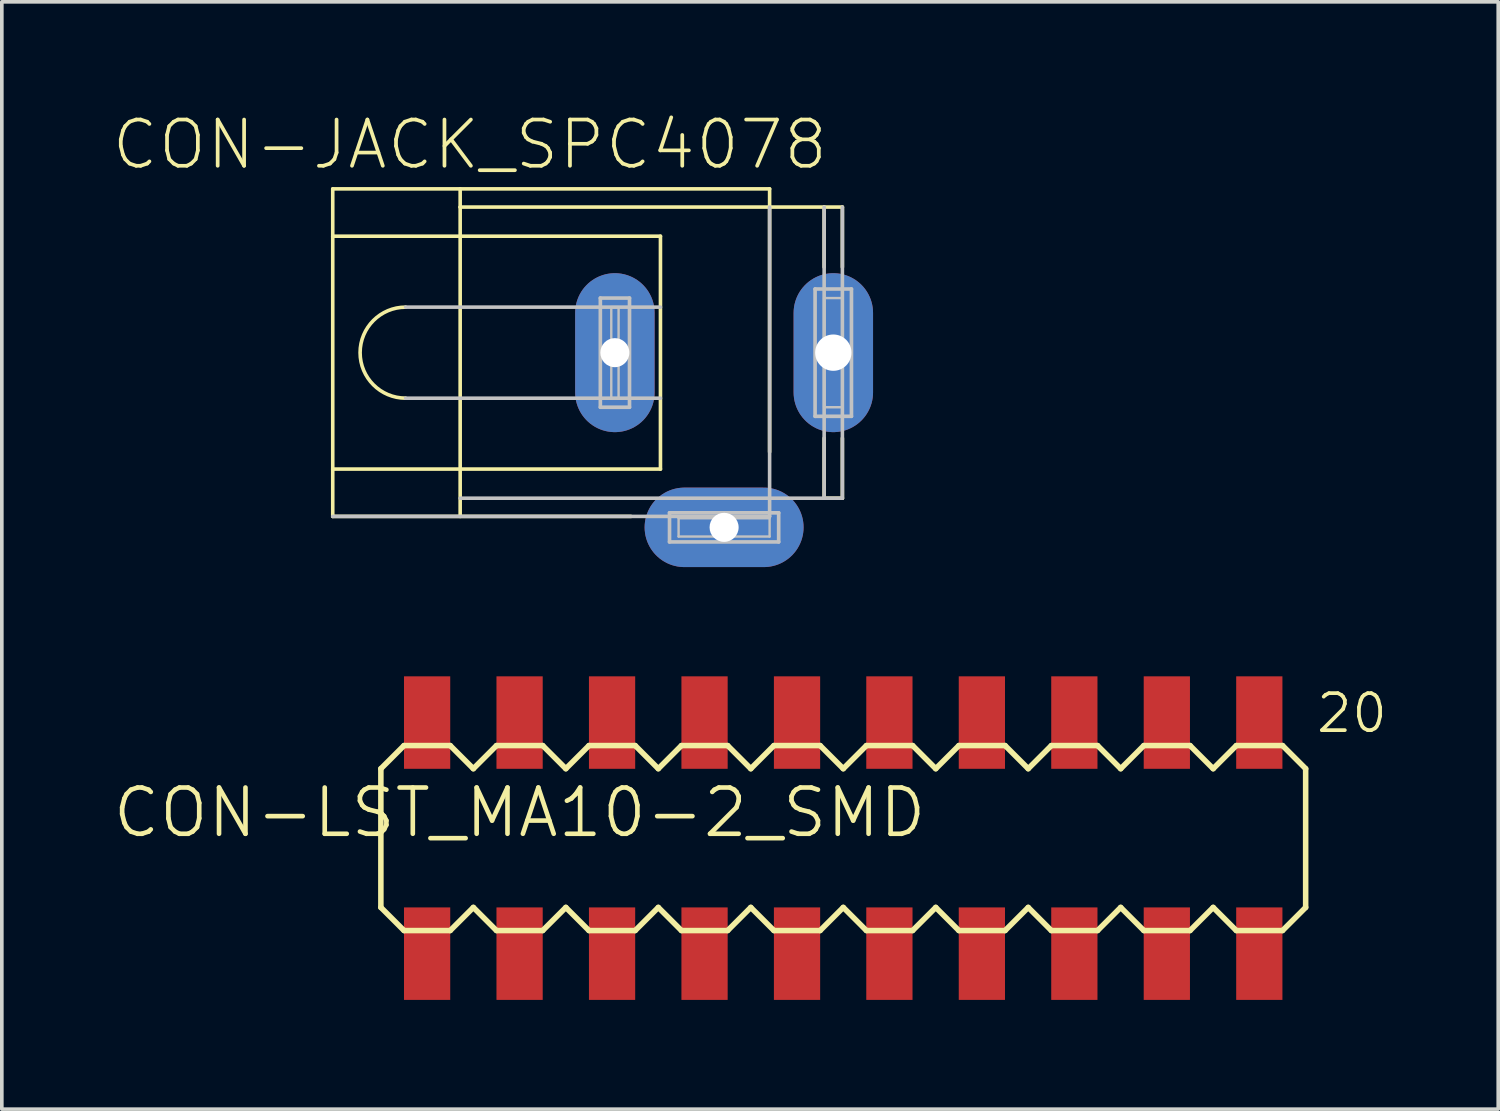
<source format=kicad_pcb>
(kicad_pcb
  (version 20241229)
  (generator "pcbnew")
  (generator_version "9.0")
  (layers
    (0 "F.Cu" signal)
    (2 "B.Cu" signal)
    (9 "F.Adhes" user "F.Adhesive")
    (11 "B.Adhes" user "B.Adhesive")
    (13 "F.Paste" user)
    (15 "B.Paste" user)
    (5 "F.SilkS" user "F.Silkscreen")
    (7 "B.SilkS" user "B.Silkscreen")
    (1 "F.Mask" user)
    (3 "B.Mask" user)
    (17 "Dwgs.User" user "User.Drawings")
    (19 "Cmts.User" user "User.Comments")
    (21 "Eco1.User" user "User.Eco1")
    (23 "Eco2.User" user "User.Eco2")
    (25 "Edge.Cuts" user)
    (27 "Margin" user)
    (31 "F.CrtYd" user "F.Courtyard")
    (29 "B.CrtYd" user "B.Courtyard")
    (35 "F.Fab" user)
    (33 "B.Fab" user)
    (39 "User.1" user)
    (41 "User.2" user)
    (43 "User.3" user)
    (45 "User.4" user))
  (footprint "CON-JACK_SPC4078"
    (layer "F.Cu")
    (at 16.838 6.636)
    (property "Reference" "CON-JACK_SPC4078" (at -6.985 -5.715 0) (layer "F.SilkS") (effects (font (size 1.27 1.27) (thickness 0.102))))
    (attr exclude_from_pos_files exclude_from_bom)
    (fp_line (start -10.749 -4.498) (end 1.25 -4.498) (stroke (width 0.099) (type solid)) (layer "F.SilkS"))
    (fp_line (start -10.749 -3.198) (end -10.749 -4.498) (stroke (width 0.099) (type solid)) (layer "F.SilkS"))
    (fp_line (start -10.749 -3.198) (end -1.748 -3.198) (stroke (width 0.099) (type solid)) (layer "F.SilkS"))
    (fp_line (start -10.749 3.198) (end -10.749 -3.198) (stroke (width 0.099) (type solid)) (layer "F.SilkS"))
    (fp_line (start -10.749 3.198) (end -1.748 3.198) (stroke (width 0.099) (type solid)) (layer "F.SilkS"))
    (fp_line (start -10.749 4.498) (end -10.749 3.198) (stroke (width 0.099) (type solid)) (layer "F.SilkS"))
    (fp_line (start -10.749 4.498) (end -2.558 4.498) (stroke (width 0.099) (type solid)) (layer "F.SilkS"))
    (fp_line (start -7.249 -3.998) (end -7.249 -4.498) (stroke (width 0.099) (type solid)) (layer "F.SilkS"))
    (fp_line (start -7.249 -3.998) (end 1.25 -3.998) (stroke (width 0.099) (type solid)) (layer "F.SilkS"))
    (fp_line (start -7.249 4.498) (end -7.249 -3.998) (stroke (width 0.099) (type solid)) (layer "F.SilkS"))
    (fp_line (start -1.748 3.198) (end -1.748 -3.198) (stroke (width 0.099) (type solid)) (layer "F.SilkS"))
    (fp_line (start 1.25 -3.998) (end 1.25 -4.498) (stroke (width 0.099) (type solid)) (layer "F.SilkS"))
    (fp_line (start 1.25 -3.998) (end 2.748 -3.998) (stroke (width 0.099) (type solid)) (layer "F.SilkS"))
    (fp_line (start 1.25 2.728) (end 1.25 -3.998) (stroke (width 0.099) (type solid)) (layer "F.SilkS"))
    (fp_line (start 2.748 -3.998) (end 3.249 -3.998) (stroke (width 0.099) (type solid)) (layer "F.SilkS"))
    (fp_line (start 2.748 -2.349) (end 2.748 -3.998) (stroke (width 0.099) (type solid)) (layer "F.SilkS"))
    (fp_line (start 2.748 3.998) (end 2.748 2.349) (stroke (width 0.099) (type solid)) (layer "F.SilkS"))
    (fp_line (start 2.748 3.998) (end 3.249 3.998) (stroke (width 0.099) (type solid)) (layer "F.SilkS"))
    (fp_line (start 3.249 -2.349) (end 3.249 -3.998) (stroke (width 0.099) (type solid)) (layer "F.SilkS"))
    (fp_line (start 3.249 3.998) (end 3.249 2.349) (stroke (width 0.099) (type solid)) (layer "F.SilkS"))
    (fp_arc (start -8.74776 1.24968) (mid -9.99744 0) (end -8.74776 -1.24968) (stroke (width 0.09906) (type solid)) (layer "F.SilkS"))
    (fp_line (start -10.749 4.498) (end 1.25 4.498) (stroke (width 0.099) (type solid)) (layer "Dwgs.User"))
    (fp_line (start -8.748 -1.25) (end -1.748 -1.25) (stroke (width 0.099) (type solid)) (layer "Dwgs.User"))
    (fp_line (start -8.748 1.25) (end -1.748 1.25) (stroke (width 0.099) (type solid)) (layer "Dwgs.User"))
    (fp_line (start -7.249 3.998) (end 1.25 3.998) (stroke (width 0.099) (type solid)) (layer "Dwgs.User"))
    (fp_line (start -3.399 -1.499) (end -2.598 -1.499) (stroke (width 0.1) (type solid)) (layer "Dwgs.User"))
    (fp_line (start -3.399 1.499) (end -3.399 -1.499) (stroke (width 0.1) (type solid)) (layer "Dwgs.User"))
    (fp_line (start -3.099 -1.25) (end -2.898 -1.25) (stroke (width 0.066) (type solid)) (layer "Dwgs.User"))
    (fp_line (start -3.099 1.25) (end -3.099 -1.25) (stroke (width 0.066) (type solid)) (layer "Dwgs.User"))
    (fp_line (start -3.099 1.25) (end -2.898 1.25) (stroke (width 0.066) (type solid)) (layer "Dwgs.User"))
    (fp_line (start -2.898 1.25) (end -2.898 -1.25) (stroke (width 0.066) (type solid)) (layer "Dwgs.User"))
    (fp_line (start -2.598 -1.499) (end -2.598 1.499) (stroke (width 0.1) (type solid)) (layer "Dwgs.User"))
    (fp_line (start -2.598 1.499) (end -3.399 1.499) (stroke (width 0.1) (type solid)) (layer "Dwgs.User"))
    (fp_line (start -1.499 4.399) (end 1.499 4.399) (stroke (width 0.1) (type solid)) (layer "Dwgs.User"))
    (fp_line (start -1.499 5.199) (end -1.499 4.399) (stroke (width 0.1) (type solid)) (layer "Dwgs.User"))
    (fp_line (start -1.25 4.549) (end 1.25 4.549) (stroke (width 0.066) (type solid)) (layer "Dwgs.User"))
    (fp_line (start -1.25 5.05) (end -1.25 4.549) (stroke (width 0.066) (type solid)) (layer "Dwgs.User"))
    (fp_line (start -1.25 5.05) (end 1.25 5.05) (stroke (width 0.066) (type solid)) (layer "Dwgs.User"))
    (fp_line (start 1.25 3.998) (end 1.25 -3.998) (stroke (width 0.099) (type solid)) (layer "Dwgs.User"))
    (fp_line (start 1.25 3.998) (end 2.748 3.998) (stroke (width 0.099) (type solid)) (layer "Dwgs.User"))
    (fp_line (start 1.25 4.498) (end 1.25 3.998) (stroke (width 0.099) (type solid)) (layer "Dwgs.User"))
    (fp_line (start 1.25 5.05) (end 1.25 4.549) (stroke (width 0.066) (type solid)) (layer "Dwgs.User"))
    (fp_line (start 1.499 4.399) (end 1.499 5.199) (stroke (width 0.1) (type solid)) (layer "Dwgs.User"))
    (fp_line (start 1.499 5.199) (end -1.499 5.199) (stroke (width 0.1) (type solid)) (layer "Dwgs.User"))
    (fp_line (start 2.499 -1.748) (end 3.498 -1.748) (stroke (width 0.1) (type solid)) (layer "Dwgs.User"))
    (fp_line (start 2.499 1.748) (end 2.499 -1.748) (stroke (width 0.1) (type solid)) (layer "Dwgs.User"))
    (fp_line (start 2.748 -1.499) (end 3.249 -1.499) (stroke (width 0.066) (type solid)) (layer "Dwgs.User"))
    (fp_line (start 2.748 1.499) (end 2.748 -1.499) (stroke (width 0.066) (type solid)) (layer "Dwgs.User"))
    (fp_line (start 2.748 1.499) (end 3.249 1.499) (stroke (width 0.066) (type solid)) (layer "Dwgs.User"))
    (fp_line (start 2.748 3.998) (end 2.748 -3.998) (stroke (width 0.099) (type solid)) (layer "Dwgs.User"))
    (fp_line (start 2.748 3.998) (end 3.249 3.998) (stroke (width 0.099) (type solid)) (layer "Dwgs.User"))
    (fp_line (start 3.249 1.499) (end 3.249 -1.499) (stroke (width 0.066) (type solid)) (layer "Dwgs.User"))
    (fp_line (start 3.249 3.998) (end 3.249 -3.998) (stroke (width 0.099) (type solid)) (layer "Dwgs.User"))
    (fp_line (start 3.498 -1.748) (end 3.498 1.748) (stroke (width 0.1) (type solid)) (layer "Dwgs.User"))
    (fp_line (start 3.498 1.748) (end 2.499 1.748) (stroke (width 0.1) (type solid)) (layer "Dwgs.User"))
    (pad "1" thru_hole oval (at -3 0 180) (size 2.182 4.366) (drill 0.798) (layers "*.Cu" "*.Paste" "*.Mask"))
    (pad "2" thru_hole oval (at 0 4.798 90) (size 2.182 4.366) (drill 0.798) (layers "*.Cu" "*.Paste" "*.Mask"))
    (pad "3" thru_hole oval (at 3 0 180) (size 2.182 4.366) (drill 0.998) (layers "*.Cu" "*.Paste" "*.Mask")))
  (footprint "CON-LST_MA10-2_SMD"
    (layer "F.Cu")
    (at 20.111 19.968)
    (property "Reference" "CON-LST_MA10-2_SMD" (at -8.89 -0.699 0) (layer "F.SilkS") (effects (font (size 1.27 1.27) (thickness 0.127))))
    (attr smd)
    (fp_line (start -12.7 -1.905) (end -12.7 1.905) (stroke (width 0.152) (type solid)) (layer "F.SilkS"))
    (fp_line (start -12.7 1.905) (end -12.065 2.54) (stroke (width 0.152) (type solid)) (layer "F.SilkS"))
    (fp_line (start -12.065 -2.54) (end -12.7 -1.905) (stroke (width 0.152) (type solid)) (layer "F.SilkS"))
    (fp_line (start -12.065 -2.54) (end -10.795 -2.54) (stroke (width 0.152) (type solid)) (layer "F.SilkS"))
    (fp_line (start -10.795 -2.54) (end -10.16 -1.905) (stroke (width 0.152) (type solid)) (layer "F.SilkS"))
    (fp_line (start -10.795 2.54) (end -12.065 2.54) (stroke (width 0.152) (type solid)) (layer "F.SilkS"))
    (fp_line (start -10.16 -1.905) (end -9.525 -2.54) (stroke (width 0.152) (type solid)) (layer "F.SilkS"))
    (fp_line (start -10.16 1.905) (end -10.795 2.54) (stroke (width 0.152) (type solid)) (layer "F.SilkS"))
    (fp_line (start -9.525 -2.54) (end -8.255 -2.54) (stroke (width 0.152) (type solid)) (layer "F.SilkS"))
    (fp_line (start -9.525 2.54) (end -10.16 1.905) (stroke (width 0.152) (type solid)) (layer "F.SilkS"))
    (fp_line (start -8.255 -2.54) (end -7.62 -1.905) (stroke (width 0.152) (type solid)) (layer "F.SilkS"))
    (fp_line (start -8.255 2.54) (end -9.525 2.54) (stroke (width 0.152) (type solid)) (layer "F.SilkS"))
    (fp_line (start -7.62 -1.905) (end -6.985 -2.54) (stroke (width 0.152) (type solid)) (layer "F.SilkS"))
    (fp_line (start -7.62 1.905) (end -8.255 2.54) (stroke (width 0.152) (type solid)) (layer "F.SilkS"))
    (fp_line (start -6.985 -2.54) (end -5.715 -2.54) (stroke (width 0.152) (type solid)) (layer "F.SilkS"))
    (fp_line (start -6.985 2.54) (end -7.62 1.905) (stroke (width 0.152) (type solid)) (layer "F.SilkS"))
    (fp_line (start -5.715 -2.54) (end -5.08 -1.905) (stroke (width 0.152) (type solid)) (layer "F.SilkS"))
    (fp_line (start -5.715 2.54) (end -6.985 2.54) (stroke (width 0.152) (type solid)) (layer "F.SilkS"))
    (fp_line (start -5.08 1.905) (end -5.715 2.54) (stroke (width 0.152) (type solid)) (layer "F.SilkS"))
    (fp_line (start -5.08 1.905) (end -4.445 2.54) (stroke (width 0.152) (type solid)) (layer "F.SilkS"))
    (fp_line (start -4.445 -2.54) (end -5.08 -1.905) (stroke (width 0.152) (type solid)) (layer "F.SilkS"))
    (fp_line (start -4.445 -2.54) (end -3.175 -2.54) (stroke (width 0.152) (type solid)) (layer "F.SilkS"))
    (fp_line (start -3.175 -2.54) (end -2.54 -1.905) (stroke (width 0.152) (type solid)) (layer "F.SilkS"))
    (fp_line (start -3.175 2.54) (end -4.445 2.54) (stroke (width 0.152) (type solid)) (layer "F.SilkS"))
    (fp_line (start -2.54 -1.905) (end -1.905 -2.54) (stroke (width 0.152) (type solid)) (layer "F.SilkS"))
    (fp_line (start -2.54 1.905) (end -3.175 2.54) (stroke (width 0.152) (type solid)) (layer "F.SilkS"))
    (fp_line (start -1.905 -2.54) (end -0.635 -2.54) (stroke (width 0.152) (type solid)) (layer "F.SilkS"))
    (fp_line (start -1.905 2.54) (end -2.54 1.905) (stroke (width 0.152) (type solid)) (layer "F.SilkS"))
    (fp_line (start -0.635 -2.54) (end 0 -1.905) (stroke (width 0.152) (type solid)) (layer "F.SilkS"))
    (fp_line (start -0.635 2.54) (end -1.905 2.54) (stroke (width 0.152) (type solid)) (layer "F.SilkS"))
    (fp_line (start 0 -1.905) (end 0.635 -2.54) (stroke (width 0.152) (type solid)) (layer "F.SilkS"))
    (fp_line (start 0 1.905) (end -0.635 2.54) (stroke (width 0.152) (type solid)) (layer "F.SilkS"))
    (fp_line (start 0.635 -2.54) (end 1.905 -2.54) (stroke (width 0.152) (type solid)) (layer "F.SilkS"))
    (fp_line (start 0.635 2.54) (end 0 1.905) (stroke (width 0.152) (type solid)) (layer "F.SilkS"))
    (fp_line (start 1.905 -2.54) (end 2.54 -1.905) (stroke (width 0.152) (type solid)) (layer "F.SilkS"))
    (fp_line (start 1.905 2.54) (end 0.635 2.54) (stroke (width 0.152) (type solid)) (layer "F.SilkS"))
    (fp_line (start 2.54 -1.905) (end 3.175 -2.54) (stroke (width 0.152) (type solid)) (layer "F.SilkS"))
    (fp_line (start 2.54 1.905) (end 1.905 2.54) (stroke (width 0.152) (type solid)) (layer "F.SilkS"))
    (fp_line (start 3.175 -2.54) (end 4.445 -2.54) (stroke (width 0.152) (type solid)) (layer "F.SilkS"))
    (fp_line (start 3.175 2.54) (end 2.54 1.905) (stroke (width 0.152) (type solid)) (layer "F.SilkS"))
    (fp_line (start 4.445 -2.54) (end 5.08 -1.905) (stroke (width 0.152) (type solid)) (layer "F.SilkS"))
    (fp_line (start 4.445 2.54) (end 3.175 2.54) (stroke (width 0.152) (type solid)) (layer "F.SilkS"))
    (fp_line (start 5.08 1.905) (end 4.445 2.54) (stroke (width 0.152) (type solid)) (layer "F.SilkS"))
    (fp_line (start 5.08 1.905) (end 5.715 2.54) (stroke (width 0.152) (type solid)) (layer "F.SilkS"))
    (fp_line (start 5.715 -2.54) (end 5.08 -1.905) (stroke (width 0.152) (type solid)) (layer "F.SilkS"))
    (fp_line (start 5.715 -2.54) (end 6.985 -2.54) (stroke (width 0.152) (type solid)) (layer "F.SilkS"))
    (fp_line (start 6.985 -2.54) (end 7.62 -1.905) (stroke (width 0.152) (type solid)) (layer "F.SilkS"))
    (fp_line (start 6.985 2.54) (end 5.715 2.54) (stroke (width 0.152) (type solid)) (layer "F.SilkS"))
    (fp_line (start 7.62 -1.905) (end 8.255 -2.54) (stroke (width 0.152) (type solid)) (layer "F.SilkS"))
    (fp_line (start 7.62 1.905) (end 6.985 2.54) (stroke (width 0.152) (type solid)) (layer "F.SilkS"))
    (fp_line (start 8.255 -2.54) (end 9.525 -2.54) (stroke (width 0.152) (type solid)) (layer "F.SilkS"))
    (fp_line (start 8.255 2.54) (end 7.62 1.905) (stroke (width 0.152) (type solid)) (layer "F.SilkS"))
    (fp_line (start 9.525 -2.54) (end 10.16 -1.905) (stroke (width 0.152) (type solid)) (layer "F.SilkS"))
    (fp_line (start 9.525 2.54) (end 8.255 2.54) (stroke (width 0.152) (type solid)) (layer "F.SilkS"))
    (fp_line (start 10.16 -1.905) (end 10.795 -2.54) (stroke (width 0.152) (type solid)) (layer "F.SilkS"))
    (fp_line (start 10.16 1.905) (end 9.525 2.54) (stroke (width 0.152) (type solid)) (layer "F.SilkS"))
    (fp_line (start 10.795 -2.54) (end 12.065 -2.54) (stroke (width 0.152) (type solid)) (layer "F.SilkS"))
    (fp_line (start 10.795 2.54) (end 10.16 1.905) (stroke (width 0.152) (type solid)) (layer "F.SilkS"))
    (fp_line (start 12.065 -2.54) (end 12.7 -1.905) (stroke (width 0.152) (type solid)) (layer "F.SilkS"))
    (fp_line (start 12.065 2.54) (end 10.795 2.54) (stroke (width 0.152) (type solid)) (layer "F.SilkS"))
    (fp_line (start 12.7 -1.905) (end 12.7 1.905) (stroke (width 0.152) (type solid)) (layer "F.SilkS"))
    (fp_line (start 12.7 1.905) (end 12.065 2.54) (stroke (width 0.152) (type solid)) (layer "F.SilkS"))
    (fp_text user "20" (at 13.97 -3.429 0) (layer "F.SilkS") (effects (font (size 1.016 1.016) (thickness 0.102))))
    (pad "1" smd rect (at -11.43 3.175 90) (size 2.54 1.27) (layers "F.Cu" "F.Mask" "F.Paste"))
    (pad "2" smd rect (at -11.43 -3.172 90) (size 2.54 1.27) (layers "F.Cu" "F.Mask" "F.Paste"))
    (pad "3" smd rect (at -8.89 3.175 90) (size 2.54 1.27) (layers "F.Cu" "F.Mask" "F.Paste"))
    (pad "4" smd rect (at -8.89 -3.172 90) (size 2.54 1.27) (layers "F.Cu" "F.Mask" "F.Paste"))
    (pad "5" smd rect (at -6.35 3.175 90) (size 2.54 1.27) (layers "F.Cu" "F.Mask" "F.Paste"))
    (pad "6" smd rect (at -6.35 -3.172 90) (size 2.54 1.27) (layers "F.Cu" "F.Mask" "F.Paste"))
    (pad "7" smd rect (at -3.81 3.175 90) (size 2.54 1.27) (layers "F.Cu" "F.Mask" "F.Paste"))
    (pad "8" smd rect (at -3.81 -3.172 90) (size 2.54 1.27) (layers "F.Cu" "F.Mask" "F.Paste"))
    (pad "9" smd rect (at -1.27 3.175 90) (size 2.54 1.27) (layers "F.Cu" "F.Mask" "F.Paste"))
    (pad "10" smd rect (at -1.27 -3.172 90) (size 2.54 1.27) (layers "F.Cu" "F.Mask" "F.Paste"))
    (pad "11" smd rect (at 1.267 3.175 90) (size 2.54 1.27) (layers "F.Cu" "F.Mask" "F.Paste"))
    (pad "12" smd rect (at 1.267 -3.172 90) (size 2.54 1.27) (layers "F.Cu" "F.Mask" "F.Paste"))
    (pad "13" smd rect (at 3.807 3.175 90) (size 2.54 1.27) (layers "F.Cu" "F.Mask" "F.Paste"))
    (pad "14" smd rect (at 3.807 -3.172 90) (size 2.54 1.27) (layers "F.Cu" "F.Mask" "F.Paste"))
    (pad "15" smd rect (at 6.347 3.175 90) (size 2.54 1.27) (layers "F.Cu" "F.Mask" "F.Paste"))
    (pad "16" smd rect (at 6.347 -3.172 90) (size 2.54 1.27) (layers "F.Cu" "F.Mask" "F.Paste"))
    (pad "17" smd rect (at 8.887 3.175 90) (size 2.54 1.27) (layers "F.Cu" "F.Mask" "F.Paste"))
    (pad "18" smd rect (at 8.887 -3.172 90) (size 2.54 1.27) (layers "F.Cu" "F.Mask" "F.Paste"))
    (pad "19" smd rect (at 11.427 3.175 90) (size 2.54 1.27) (layers "F.Cu" "F.Mask" "F.Paste"))
    (pad "20" smd rect (at 11.427 -3.172 90) (size 2.54 1.27) (layers "F.Cu" "F.Mask" "F.Paste")))
  (gr_rect
    (start -3 -3)
    (end 38.1 27.413)
    (stroke (width 0.1) (type default))
    (fill no)
    (layer "Edge.Cuts")))
</source>
